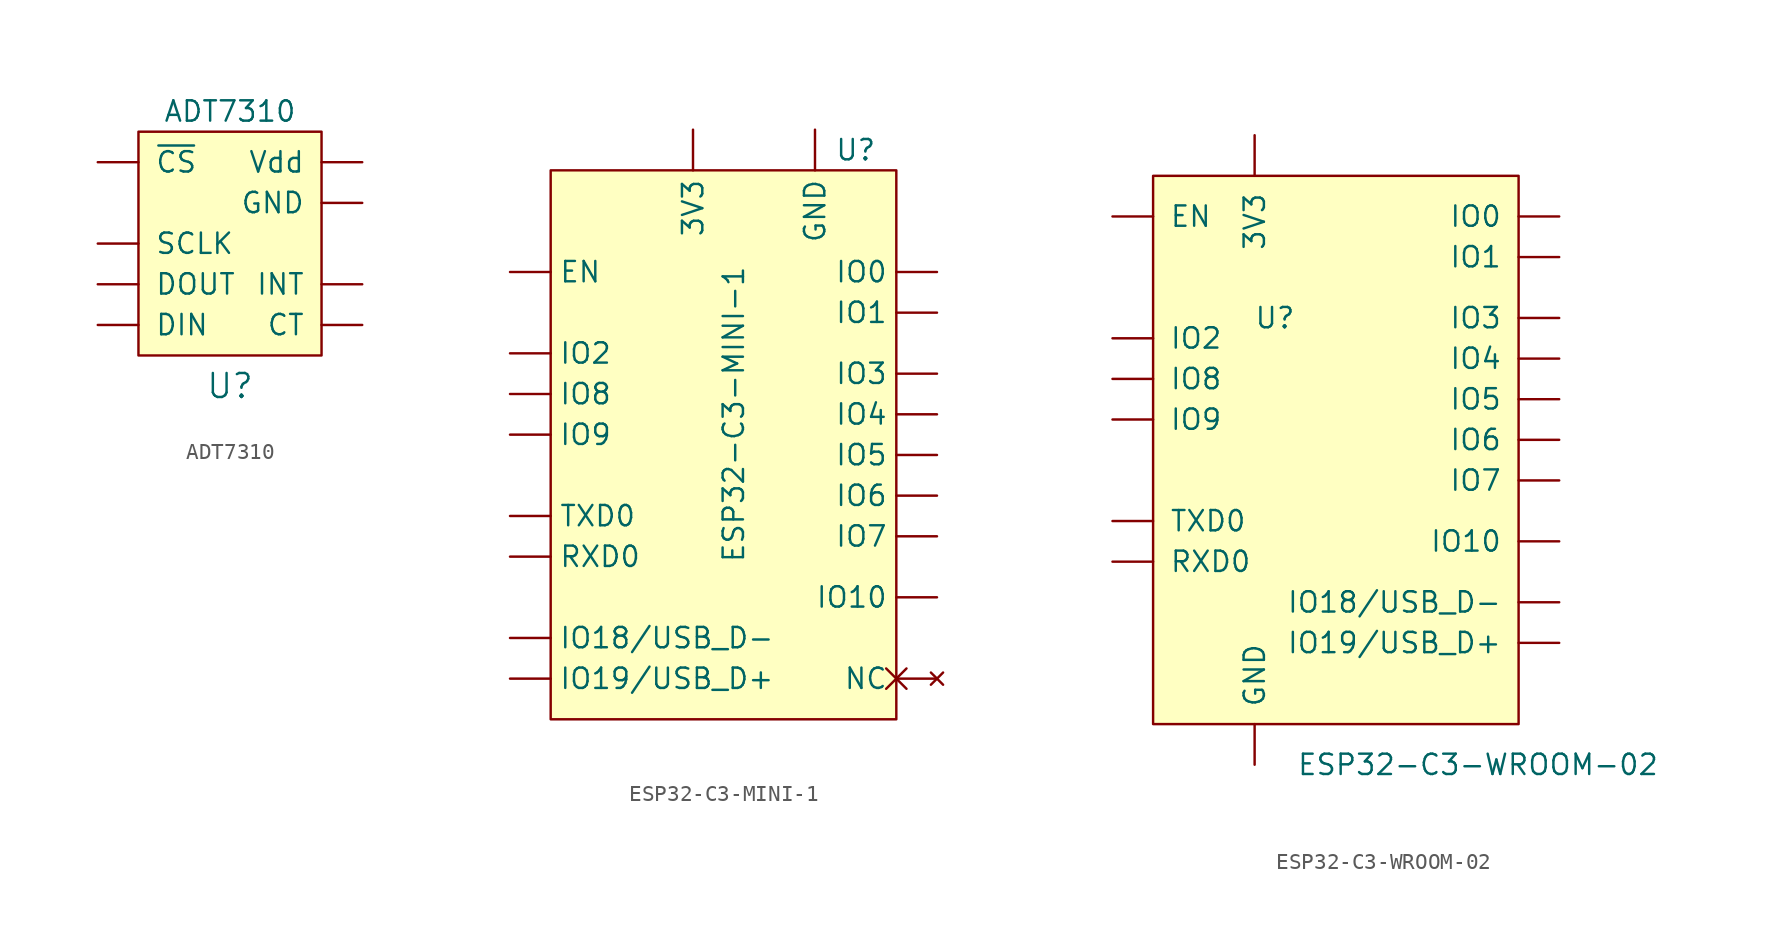
<source format=kicad_sym>
(kicad_symbol_lib
  (version 20220914)
  (generator kicad_symbol_editor)
  (symbol "ADT7310"
    (pin_numbers hide)
    (pin_names
      (offset 1.016))
    (property "Reference" "U"
      (at 0 -10.795 0)
      (effects (font (size 1.499 1.499))))
    (property "Value" "ADT7310"
      (at 0 6.35 0)
      (effects (font (size 1.27 1.27))))
    (symbol "ADT7310_0_1"
      (rectangle (start -5.715 5.08) (end 5.715 -8.89) (stroke (width 0) (type default)) (fill (type background))))
    (symbol "ADT7310_1_1"
      (pin input line (at -8.255 -1.905 0) (length 2.54) (name "SCLK" (effects (font (size 1.27 1.27)))) (number "1" (effects (font (size 1.27 1.27)))))
      (pin output line (at -8.255 -4.445 0) (length 2.54) (name "DOUT" (effects (font (size 1.27 1.27)))) (number "2" (effects (font (size 1.27 1.27)))))
      (pin input line (at -8.255 -6.985 0) (length 2.54) (name "DIN" (effects (font (size 1.27 1.27)))) (number "3" (effects (font (size 1.27 1.27)))))
      (pin input line (at -8.255 3.175 0) (length 2.54) (name "~{CS}" (effects (font (size 1.27 1.27)))) (number "4" (effects (font (size 1.27 1.27)))))
      (pin output line (at 8.255 -4.445 180) (length 2.54) (name "INT" (effects (font (size 1.27 1.27)))) (number "5" (effects (font (size 1.27 1.27)))))
      (pin output line (at 8.255 -6.985 180) (length 2.54) (name "CT" (effects (font (size 1.27 1.27)))) (number "6" (effects (font (size 1.27 1.27)))))
      (pin power_in line (at 8.255 0.635 180) (length 2.54) (name "GND" (effects (font (size 1.27 1.27)))) (number "7" (effects (font (size 1.27 1.27)))))
      (pin power_in line (at 8.255 3.175 180) (length 2.54) (name "Vdd" (effects (font (size 1.27 1.27)))) (number "8" (effects (font (size 1.27 1.27)))))))
  (symbol "ESP32-C3-MINI-1"
    (pin_numbers hide)
    (property "Reference" "U"
      (at 7.62 1.27 0)
      (effects (font (size 1.27 1.27))))
    (property "Value" "ESP32-C3-MINI-1"
      (at 0 -15.24 90)
      (effects (font (size 1.27 1.27))))
    (symbol "ESP32-C3-MINI-1_0_1"
      (rectangle (start -11.43 0) (end 10.16 -34.29) (stroke (width 0) (type default)) (fill (type background))))
    (symbol "ESP32-C3-MINI-1_1_1"
      (pin power_in line (at 5.08 2.54 270) (length 2.54) (name "GND" (effects (font (size 1.27 1.27)))) (number "1" (effects (font (size 1.27 1.27)))))
      (pin no_connect non_logic (at 12.7 -31.75 180) (length 2.54) (name "NC" (effects (font (size 1.27 1.27)))) (number "10" (effects (font (size 1.27 1.27)))))
      (pin power_in line (at 5.08 2.54 270) (length 2.54) hide (name "GND" (effects (font (size 1.27 1.27)))) (number "11" (effects (font (size 1.27 1.27)))))
      (pin bidirectional line (at 12.7 -6.35 180) (length 2.54) (name "IO0" (effects (font (size 1.27 1.27)))) (number "12" (effects (font (size 1.27 1.27)))))
      (pin bidirectional line (at 12.7 -8.89 180) (length 2.54) (name "IO1" (effects (font (size 1.27 1.27)))) (number "13" (effects (font (size 1.27 1.27)))))
      (pin power_in line (at 5.08 2.54 270) (length 2.54) hide (name "GND" (effects (font (size 1.27 1.27)))) (number "14" (effects (font (size 1.27 1.27)))))
      (pin no_connect non_logic (at 12.7 -31.75 180) (length 2.54) hide (name "NC" (effects (font (size 1.27 1.27)))) (number "15" (effects (font (size 1.27 1.27)))))
      (pin bidirectional line (at 12.7 -26.67 180) (length 2.54) (name "IO10" (effects (font (size 1.27 1.27)))) (number "16" (effects (font (size 1.27 1.27)))))
      (pin no_connect non_logic (at 12.7 -31.75 180) (length 2.54) hide (name "NC" (effects (font (size 1.27 1.27)))) (number "17" (effects (font (size 1.27 1.27)))))
      (pin bidirectional line (at 12.7 -15.24 180) (length 2.54) (name "IO4" (effects (font (size 1.27 1.27)))) (number "18" (effects (font (size 1.27 1.27)))))
      (pin bidirectional line (at 12.7 -17.78 180) (length 2.54) (name "IO5" (effects (font (size 1.27 1.27)))) (number "19" (effects (font (size 1.27 1.27)))))
      (pin power_in line (at 5.08 2.54 270) (length 2.54) hide (name "GND" (effects (font (size 1.27 1.27)))) (number "2" (effects (font (size 1.27 1.27)))))
      (pin bidirectional line (at 12.7 -20.32 180) (length 2.54) (name "IO6" (effects (font (size 1.27 1.27)))) (number "20" (effects (font (size 1.27 1.27)))))
      (pin bidirectional line (at 12.7 -22.86 180) (length 2.54) (name "IO7" (effects (font (size 1.27 1.27)))) (number "21" (effects (font (size 1.27 1.27)))))
      (pin bidirectional line (at -13.97 -13.97 0) (length 2.54) (name "IO8" (effects (font (size 1.27 1.27)))) (number "22" (effects (font (size 1.27 1.27)))))
      (pin bidirectional line (at -13.97 -16.51 0) (length 2.54) (name "IO9" (effects (font (size 1.27 1.27)))) (number "23" (effects (font (size 1.27 1.27)))))
      (pin no_connect non_logic (at 12.7 -31.75 180) (length 2.54) hide (name "NC" (effects (font (size 1.27 1.27)))) (number "24" (effects (font (size 1.27 1.27)))))
      (pin no_connect non_logic (at 12.7 -31.75 180) (length 2.54) hide (name "NC" (effects (font (size 1.27 1.27)))) (number "25" (effects (font (size 1.27 1.27)))))
      (pin bidirectional line (at -13.97 -29.21 0) (length 2.54) (name "IO18/USB_D-" (effects (font (size 1.27 1.27)))) (number "26" (effects (font (size 1.27 1.27)))))
      (pin bidirectional line (at -13.97 -31.75 0) (length 2.54) (name "IO19/USB_D+" (effects (font (size 1.27 1.27)))) (number "27" (effects (font (size 1.27 1.27)))))
      (pin no_connect non_logic (at 12.7 -31.75 180) (length 2.54) hide (name "NC" (effects (font (size 1.27 1.27)))) (number "28" (effects (font (size 1.27 1.27)))))
      (pin no_connect non_logic (at 12.7 -31.75 180) (length 2.54) hide (name "NC" (effects (font (size 1.27 1.27)))) (number "29" (effects (font (size 1.27 1.27)))))
      (pin power_in line (at -2.54 2.54 270) (length 2.54) (name "3V3" (effects (font (size 1.27 1.27)))) (number "3" (effects (font (size 1.27 1.27)))))
      (pin bidirectional line (at -13.97 -24.13 0) (length 2.54) (name "RXD0" (effects (font (size 1.27 1.27)))) (number "30" (effects (font (size 1.27 1.27)))))
      (pin bidirectional line (at -13.97 -21.59 0) (length 2.54) (name "TXD0" (effects (font (size 1.27 1.27)))) (number "31" (effects (font (size 1.27 1.27)))))
      (pin no_connect non_logic (at 12.7 -31.75 180) (length 2.54) hide (name "NC" (effects (font (size 1.27 1.27)))) (number "32" (effects (font (size 1.27 1.27)))))
      (pin no_connect non_logic (at 12.7 -31.75 180) (length 2.54) hide (name "NC" (effects (font (size 1.27 1.27)))) (number "33" (effects (font (size 1.27 1.27)))))
      (pin no_connect non_logic (at 12.7 -31.75 180) (length 2.54) hide (name "NC" (effects (font (size 1.27 1.27)))) (number "34" (effects (font (size 1.27 1.27)))))
      (pin no_connect non_logic (at 12.7 -31.75 180) (length 2.54) hide (name "NC" (effects (font (size 1.27 1.27)))) (number "35" (effects (font (size 1.27 1.27)))))
      (pin power_in line (at 5.08 2.54 270) (length 2.54) hide (name "GND" (effects (font (size 1.27 1.27)))) (number "36" (effects (font (size 1.27 1.27)))))
      (pin power_in line (at 5.08 2.54 270) (length 2.54) hide (name "GND" (effects (font (size 1.27 1.27)))) (number "37" (effects (font (size 1.27 1.27)))))
      (pin power_in line (at 5.08 2.54 270) (length 2.54) hide (name "GND" (effects (font (size 1.27 1.27)))) (number "38" (effects (font (size 1.27 1.27)))))
      (pin power_in line (at 5.08 2.54 270) (length 2.54) hide (name "GND" (effects (font (size 1.27 1.27)))) (number "39" (effects (font (size 1.27 1.27)))))
      (pin no_connect non_logic (at 12.7 -31.75 180) (length 2.54) hide (name "NC" (effects (font (size 1.27 1.27)))) (number "4" (effects (font (size 1.27 1.27)))))
      (pin power_in line (at 5.08 2.54 270) (length 2.54) hide (name "GND" (effects (font (size 1.27 1.27)))) (number "40" (effects (font (size 1.27 1.27)))))
      (pin power_in line (at 5.08 2.54 270) (length 2.54) hide (name "GND" (effects (font (size 1.27 1.27)))) (number "41" (effects (font (size 1.27 1.27)))))
      (pin power_in line (at 5.08 2.54 270) (length 2.54) hide (name "GND" (effects (font (size 1.27 1.27)))) (number "42" (effects (font (size 1.27 1.27)))))
      (pin power_in line (at 5.08 2.54 270) (length 2.54) hide (name "GND" (effects (font (size 1.27 1.27)))) (number "43" (effects (font (size 1.27 1.27)))))
      (pin power_in line (at 5.08 2.54 270) (length 2.54) hide (name "GND" (effects (font (size 1.27 1.27)))) (number "44" (effects (font (size 1.27 1.27)))))
      (pin power_in line (at 5.08 2.54 270) (length 2.54) hide (name "GND" (effects (font (size 1.27 1.27)))) (number "45" (effects (font (size 1.27 1.27)))))
      (pin power_in line (at 5.08 2.54 270) (length 2.54) hide (name "GND" (effects (font (size 1.27 1.27)))) (number "46" (effects (font (size 1.27 1.27)))))
      (pin power_in line (at 5.08 2.54 270) (length 2.54) hide (name "GND" (effects (font (size 1.27 1.27)))) (number "47" (effects (font (size 1.27 1.27)))))
      (pin power_in line (at 5.08 2.54 270) (length 2.54) hide (name "GND" (effects (font (size 1.27 1.27)))) (number "48" (effects (font (size 1.27 1.27)))))
      (pin power_in line (at 5.08 2.54 270) (length 2.54) hide (name "GND" (effects (font (size 1.27 1.27)))) (number "49" (effects (font (size 1.27 1.27)))))
      (pin bidirectional line (at -13.97 -11.43 0) (length 2.54) (name "IO2" (effects (font (size 1.27 1.27)))) (number "5" (effects (font (size 1.27 1.27)))))
      (pin power_in line (at 5.08 2.54 270) (length 2.54) hide (name "GND" (effects (font (size 1.27 1.27)))) (number "50" (effects (font (size 1.27 1.27)))))
      (pin power_in line (at 5.08 2.54 270) (length 2.54) hide (name "GND" (effects (font (size 1.27 1.27)))) (number "51" (effects (font (size 1.27 1.27)))))
      (pin power_in line (at 5.08 2.54 270) (length 2.54) hide (name "GND" (effects (font (size 1.27 1.27)))) (number "52" (effects (font (size 1.27 1.27)))))
      (pin power_in line (at 5.08 2.54 270) (length 2.54) hide (name "GND" (effects (font (size 1.27 1.27)))) (number "53" (effects (font (size 1.27 1.27)))))
      (pin bidirectional line (at 12.7 -12.7 180) (length 2.54) (name "IO3" (effects (font (size 1.27 1.27)))) (number "6" (effects (font (size 1.27 1.27)))))
      (pin no_connect non_logic (at 12.7 -31.75 180) (length 2.54) hide (name "NC" (effects (font (size 1.27 1.27)))) (number "7" (effects (font (size 1.27 1.27)))))
      (pin input line (at -13.97 -6.35 0) (length 2.54) (name "EN" (effects (font (size 1.27 1.27)))) (number "8" (effects (font (size 1.27 1.27)))))
      (pin no_connect non_logic (at 12.7 -31.75 180) (length 2.54) hide (name "NC" (effects (font (size 1.27 1.27)))) (number "9" (effects (font (size 1.27 1.27)))))))
  (symbol "ESP32-C3-WROOM-02"
    (pin_numbers hide)
    (pin_names
      (offset 1.016))
    (property "Reference" "U"
      (at 1.27 -10.16 0)
      (effects (font (size 1.27 1.27))))
    (property "Value" "ESP32-C3-WROOM-02"
      (at 13.97 -38.1 0)
      (effects (font (size 1.27 1.27))))
    (symbol "ESP32-C3-WROOM-02_0_1"
      (rectangle (start -6.35 -1.27) (end 16.51 -35.56) (stroke (width 0) (type default)) (fill (type background))))
    (symbol "ESP32-C3-WROOM-02_1_1"
      (pin power_in line (at 0 1.27 270) (length 2.54) (name "3V3" (effects (font (size 1.27 1.27)))) (number "1" (effects (font (size 1.27 1.27)))))
      (pin bidirectional line (at 19.05 -24.13 180) (length 2.54) (name "IO10" (effects (font (size 1.27 1.27)))) (number "10" (effects (font (size 1.27 1.27)))))
      (pin bidirectional line (at -8.89 -25.4 0) (length 2.54) (name "RXD0" (effects (font (size 1.27 1.27)))) (number "11" (effects (font (size 1.27 1.27)))))
      (pin bidirectional line (at -8.89 -22.86 0) (length 2.54) (name "TXD0" (effects (font (size 1.27 1.27)))) (number "12" (effects (font (size 1.27 1.27)))))
      (pin bidirectional line (at 19.05 -27.94 180) (length 2.54) (name "IO18/USB_D-" (effects (font (size 1.27 1.27)))) (number "13" (effects (font (size 1.27 1.27)))))
      (pin bidirectional line (at 19.05 -30.48 180) (length 2.54) (name "IO19/USB_D+" (effects (font (size 1.27 1.27)))) (number "14" (effects (font (size 1.27 1.27)))))
      (pin bidirectional line (at 19.05 -10.16 180) (length 2.54) (name "IO3" (effects (font (size 1.27 1.27)))) (number "15" (effects (font (size 1.27 1.27)))))
      (pin bidirectional line (at -8.89 -11.43 0) (length 2.54) (name "IO2" (effects (font (size 1.27 1.27)))) (number "16" (effects (font (size 1.27 1.27)))))
      (pin bidirectional line (at 19.05 -6.35 180) (length 2.54) (name "IO1" (effects (font (size 1.27 1.27)))) (number "17" (effects (font (size 1.27 1.27)))))
      (pin bidirectional line (at 19.05 -3.81 180) (length 2.54) (name "IO0" (effects (font (size 1.27 1.27)))) (number "18" (effects (font (size 1.27 1.27)))))
      (pin power_in line (at 0 -38.1 90) (length 2.54) hide (name "GND" (effects (font (size 1.27 1.27)))) (number "19" (effects (font (size 1.27 1.27)))))
      (pin input line (at -8.89 -3.81 0) (length 2.54) (name "EN" (effects (font (size 1.27 1.27)))) (number "2" (effects (font (size 1.27 1.27)))))
      (pin bidirectional line (at 19.05 -12.7 180) (length 2.54) (name "IO4" (effects (font (size 1.27 1.27)))) (number "3" (effects (font (size 1.27 1.27)))))
      (pin bidirectional line (at 19.05 -15.24 180) (length 2.54) (name "IO5" (effects (font (size 1.27 1.27)))) (number "4" (effects (font (size 1.27 1.27)))))
      (pin bidirectional line (at 19.05 -17.78 180) (length 2.54) (name "IO6" (effects (font (size 1.27 1.27)))) (number "5" (effects (font (size 1.27 1.27)))))
      (pin bidirectional line (at 19.05 -20.32 180) (length 2.54) (name "IO7" (effects (font (size 1.27 1.27)))) (number "6" (effects (font (size 1.27 1.27)))))
      (pin bidirectional line (at -8.89 -13.97 0) (length 2.54) (name "IO8" (effects (font (size 1.27 1.27)))) (number "7" (effects (font (size 1.27 1.27)))))
      (pin bidirectional line (at -8.89 -16.51 0) (length 2.54) (name "IO9" (effects (font (size 1.27 1.27)))) (number "8" (effects (font (size 1.27 1.27)))))
      (pin power_in line (at 0 -38.1 90) (length 2.54) (name "GND" (effects (font (size 1.27 1.27)))) (number "9" (effects (font (size 1.27 1.27))))))))
</source>
